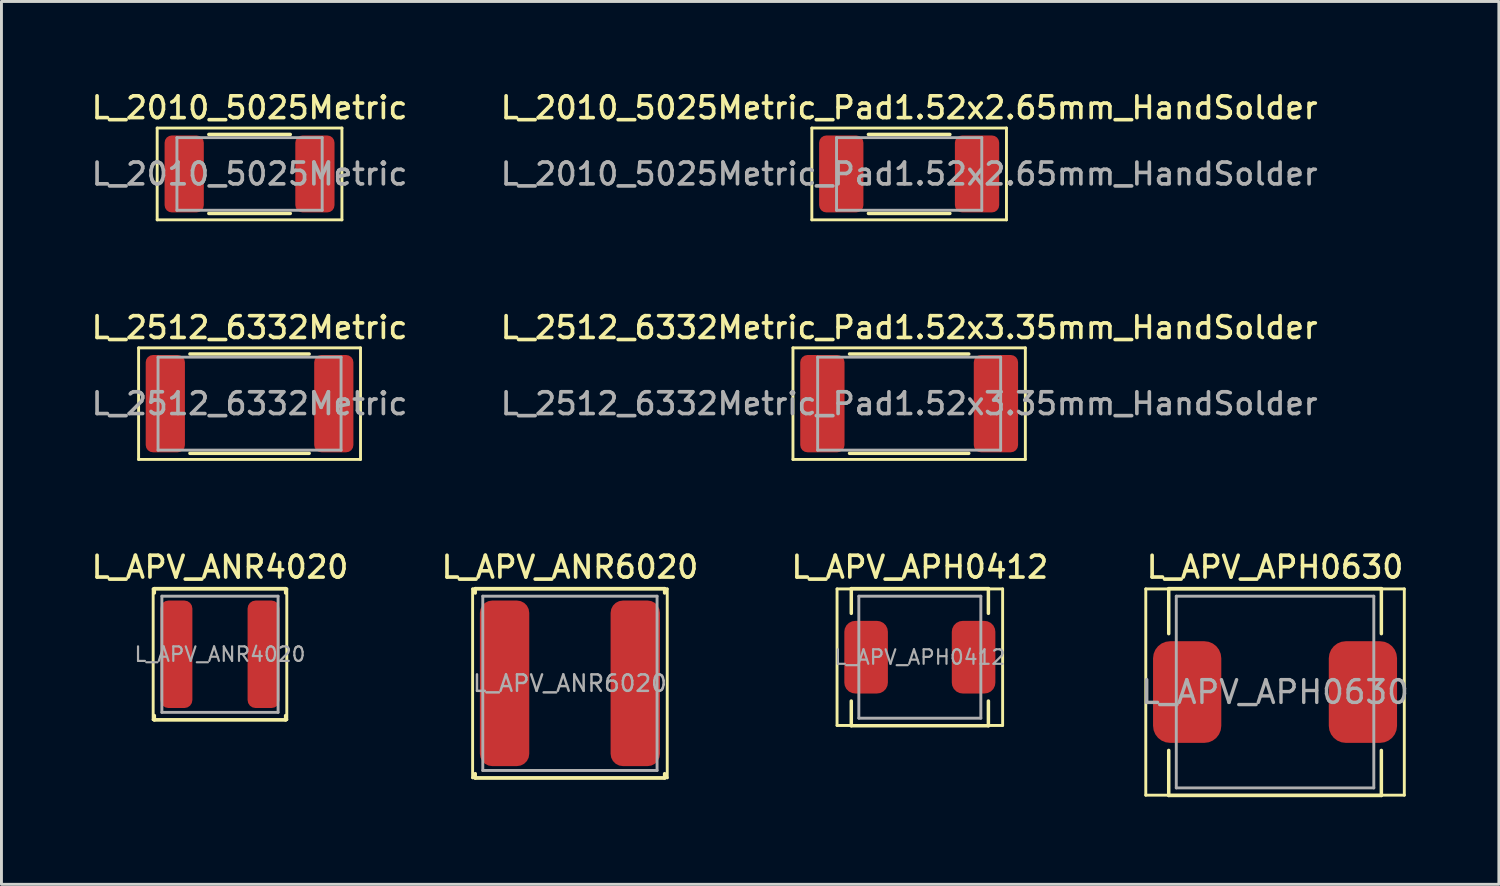
<source format=kicad_pcb>
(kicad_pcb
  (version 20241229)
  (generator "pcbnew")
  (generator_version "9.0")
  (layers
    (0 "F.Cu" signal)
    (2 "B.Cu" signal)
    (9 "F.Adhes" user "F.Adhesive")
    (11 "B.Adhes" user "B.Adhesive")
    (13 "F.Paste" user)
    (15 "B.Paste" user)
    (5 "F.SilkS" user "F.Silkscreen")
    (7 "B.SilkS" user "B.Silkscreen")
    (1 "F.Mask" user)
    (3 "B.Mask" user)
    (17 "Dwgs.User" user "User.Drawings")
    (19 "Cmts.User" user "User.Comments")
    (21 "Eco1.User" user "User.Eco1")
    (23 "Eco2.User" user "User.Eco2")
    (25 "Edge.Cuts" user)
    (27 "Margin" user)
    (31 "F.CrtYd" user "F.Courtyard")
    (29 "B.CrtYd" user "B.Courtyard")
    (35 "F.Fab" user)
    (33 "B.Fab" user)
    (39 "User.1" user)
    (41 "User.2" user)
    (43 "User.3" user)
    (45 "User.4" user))
  (footprint "L_2010_5025Metric"
    (layer "F.Cu")
    (at 5.541 2.938)
    (property "Reference" "L_2010_5025Metric" (at 0 -2.28 0) (layer "F.SilkS") (effects (font (size 0.75 0.75) (thickness 0.125))))
    (attr smd)
    (fp_line (start -3.18 -1.58) (end 3.18 -1.58) (stroke (width 0.1) (type solid)) (layer "F.SilkS"))
    (fp_line (start -3.18 1.58) (end -3.18 -1.58) (stroke (width 0.1) (type solid)) (layer "F.SilkS"))
    (fp_line (start -1.402 -1.36) (end 1.402 -1.36) (stroke (width 0.12) (type solid)) (layer "F.SilkS"))
    (fp_line (start -1.402 1.36) (end 1.402 1.36) (stroke (width 0.12) (type solid)) (layer "F.SilkS"))
    (fp_line (start 3.18 -1.58) (end 3.18 1.58) (stroke (width 0.1) (type solid)) (layer "F.SilkS"))
    (fp_line (start 3.18 1.58) (end -3.18 1.58) (stroke (width 0.1) (type solid)) (layer "F.SilkS"))
    (fp_line (start -2.5 -1.25) (end 2.5 -1.25) (stroke (width 0.1) (type solid)) (layer "F.Fab"))
    (fp_line (start -2.5 1.25) (end -2.5 -1.25) (stroke (width 0.1) (type solid)) (layer "F.Fab"))
    (fp_line (start 2.5 -1.25) (end 2.5 1.25) (stroke (width 0.1) (type solid)) (layer "F.Fab"))
    (fp_line (start 2.5 1.25) (end -2.5 1.25) (stroke (width 0.1) (type solid)) (layer "F.Fab"))
    (fp_text user "${REFERENCE}" (at 0 0 0) (layer "F.Fab") (effects (font (size 0.75 0.75) (thickness 0.125))))
    (pad "1" smd roundrect (at -2.25 0) (size 1.35 2.65) (layers "F.Cu" "F.Mask" "F.Paste") (roundrect_rratio 0.185))
    (pad "2" smd roundrect (at 2.25 0) (size 1.35 2.65) (layers "F.Cu" "F.Mask" "F.Paste") (roundrect_rratio 0.185)))
  (footprint "L_APV_ANR4020"
    (layer "F.Cu")
    (at 4.523 19.474)
    (property "Reference" "L_APV_ANR4020" (at 0 -3 0) (layer "F.SilkS") (effects (font (size 0.75 0.75) (thickness 0.125))))
    (attr smd)
    (fp_line (start -2.3 -2.25) (end -2.3 2.25) (stroke (width 0.1) (type solid)) (layer "F.SilkS"))
    (fp_line (start -2.3 2.25) (end 2.3 2.25) (stroke (width 0.1) (type solid)) (layer "F.SilkS"))
    (fp_line (start -2.26 -2.26) (end -2.26 -2.11) (stroke (width 0.12) (type solid)) (layer "F.SilkS"))
    (fp_line (start -2.26 -2.26) (end 2.26 -2.26) (stroke (width 0.12) (type solid)) (layer "F.SilkS"))
    (fp_line (start -2.26 2.26) (end -2.26 2.11) (stroke (width 0.12) (type solid)) (layer "F.SilkS"))
    (fp_line (start -2.26 2.26) (end 2.26 2.26) (stroke (width 0.12) (type solid)) (layer "F.SilkS"))
    (fp_line (start 2.26 -2.26) (end 2.26 -2.11) (stroke (width 0.12) (type solid)) (layer "F.SilkS"))
    (fp_line (start 2.26 2.26) (end 2.26 2.11) (stroke (width 0.12) (type solid)) (layer "F.SilkS"))
    (fp_line (start 2.3 -2.25) (end -2.3 -2.25) (stroke (width 0.1) (type solid)) (layer "F.SilkS"))
    (fp_line (start 2.3 2.25) (end 2.3 -2.25) (stroke (width 0.1) (type solid)) (layer "F.SilkS"))
    (fp_line (start -2 -2) (end -2 2) (stroke (width 0.1) (type solid)) (layer "F.Fab"))
    (fp_line (start -2 2) (end 2 2) (stroke (width 0.1) (type solid)) (layer "F.Fab"))
    (fp_line (start 2 -2) (end -2 -2) (stroke (width 0.1) (type solid)) (layer "F.Fab"))
    (fp_line (start 2 2) (end 2 -2) (stroke (width 0.1) (type solid)) (layer "F.Fab"))
    (fp_text user "${REFERENCE}" (at 0 0 0) (layer "F.Fab") (effects (font (size 0.5 0.5) (thickness 0.075))))
    (pad "1" smd roundrect (at -1.5 0) (size 1.1 3.7) (layers "F.Cu" "F.Mask" "F.Paste") (roundrect_rratio 0.25))
    (pad "2" smd roundrect (at 1.5 0) (size 1.1 3.7) (layers "F.Cu" "F.Mask" "F.Paste") (roundrect_rratio 0.25)))
  (footprint "L_APV_ANR6020"
    (layer "F.Cu")
    (at 16.57 20.474)
    (property "Reference" "L_APV_ANR6020" (at 0 -4 0) (layer "F.SilkS") (effects (font (size 0.75 0.75) (thickness 0.125))))
    (attr smd)
    (fp_line (start -3.35 -3.25) (end -3.35 3.25) (stroke (width 0.1) (type solid)) (layer "F.SilkS"))
    (fp_line (start -3.35 3.25) (end 3.35 3.25) (stroke (width 0.1) (type solid)) (layer "F.SilkS"))
    (fp_line (start -3.26 -3.26) (end -3.26 -3.11) (stroke (width 0.12) (type solid)) (layer "F.SilkS"))
    (fp_line (start -3.26 -3.26) (end 3.26 -3.26) (stroke (width 0.12) (type solid)) (layer "F.SilkS"))
    (fp_line (start -3.26 3.26) (end -3.26 3.11) (stroke (width 0.12) (type solid)) (layer "F.SilkS"))
    (fp_line (start -3.26 3.26) (end 3.26 3.26) (stroke (width 0.12) (type solid)) (layer "F.SilkS"))
    (fp_line (start 3.26 -3.26) (end 3.26 -3.11) (stroke (width 0.12) (type solid)) (layer "F.SilkS"))
    (fp_line (start 3.26 3.26) (end 3.26 3.11) (stroke (width 0.12) (type solid)) (layer "F.SilkS"))
    (fp_line (start 3.35 -3.25) (end -3.35 -3.25) (stroke (width 0.1) (type solid)) (layer "F.SilkS"))
    (fp_line (start 3.35 3.25) (end 3.35 -3.25) (stroke (width 0.1) (type solid)) (layer "F.SilkS"))
    (fp_line (start -3 -3) (end -3 3) (stroke (width 0.1) (type solid)) (layer "F.Fab"))
    (fp_line (start -3 3) (end 3 3) (stroke (width 0.1) (type solid)) (layer "F.Fab"))
    (fp_line (start 3 -3) (end -3 -3) (stroke (width 0.1) (type solid)) (layer "F.Fab"))
    (fp_line (start 3 3) (end 3 -3) (stroke (width 0.1) (type solid)) (layer "F.Fab"))
    (fp_text user "${REFERENCE}" (at 0 0 0) (layer "F.Fab") (effects (font (size 0.567 0.567) (thickness 0.085))))
    (pad "1" smd roundrect (at -2.25 0) (size 1.7 5.7) (layers "F.Cu" "F.Mask" "F.Paste") (roundrect_rratio 0.25))
    (pad "2" smd roundrect (at 2.25 0) (size 1.7 5.7) (layers "F.Cu" "F.Mask" "F.Paste") (roundrect_rratio 0.25)))
  (footprint "L_2512_6332Metric"
    (layer "F.Cu")
    (at 5.541 10.846)
    (property "Reference" "L_2512_6332Metric" (at 0 -2.62 0) (layer "F.SilkS") (effects (font (size 0.75 0.75) (thickness 0.125))))
    (attr smd)
    (fp_line (start -3.82 -1.92) (end 3.82 -1.92) (stroke (width 0.1) (type solid)) (layer "F.SilkS"))
    (fp_line (start -3.82 1.92) (end -3.82 -1.92) (stroke (width 0.1) (type solid)) (layer "F.SilkS"))
    (fp_line (start -2.052 -1.71) (end 2.052 -1.71) (stroke (width 0.12) (type solid)) (layer "F.SilkS"))
    (fp_line (start -2.052 1.71) (end 2.052 1.71) (stroke (width 0.12) (type solid)) (layer "F.SilkS"))
    (fp_line (start 3.82 -1.92) (end 3.82 1.92) (stroke (width 0.1) (type solid)) (layer "F.SilkS"))
    (fp_line (start 3.82 1.92) (end -3.82 1.92) (stroke (width 0.1) (type solid)) (layer "F.SilkS"))
    (fp_line (start -3.15 -1.6) (end 3.15 -1.6) (stroke (width 0.1) (type solid)) (layer "F.Fab"))
    (fp_line (start -3.15 1.6) (end -3.15 -1.6) (stroke (width 0.1) (type solid)) (layer "F.Fab"))
    (fp_line (start 3.15 -1.6) (end 3.15 1.6) (stroke (width 0.1) (type solid)) (layer "F.Fab"))
    (fp_line (start 3.15 1.6) (end -3.15 1.6) (stroke (width 0.1) (type solid)) (layer "F.Fab"))
    (fp_text user "${REFERENCE}" (at 0 0 0) (layer "F.Fab") (effects (font (size 0.75 0.75) (thickness 0.125))))
    (pad "1" smd roundrect (at -2.9 0) (size 1.35 3.35) (layers "F.Cu" "F.Mask" "F.Paste") (roundrect_rratio 0.185))
    (pad "2" smd roundrect (at 2.9 0) (size 1.35 3.35) (layers "F.Cu" "F.Mask" "F.Paste") (roundrect_rratio 0.185)))
  (footprint "L_2512_6332Metric_Pad1.52x3.35mm_HandSolder"
    (layer "F.Cu")
    (at 28.248 10.846)
    (property "Reference" "L_2512_6332Metric_Pad1.52x3.35mm_HandSolder" (at 0 -2.62 0) (layer "F.SilkS") (effects (font (size 0.75 0.75) (thickness 0.125))))
    (attr smd)
    (fp_line (start -4 -1.92) (end 4 -1.92) (stroke (width 0.1) (type solid)) (layer "F.SilkS"))
    (fp_line (start -4 1.92) (end -4 -1.92) (stroke (width 0.1) (type solid)) (layer "F.SilkS"))
    (fp_line (start -2.052 -1.71) (end 2.052 -1.71) (stroke (width 0.12) (type solid)) (layer "F.SilkS"))
    (fp_line (start -2.052 1.71) (end 2.052 1.71) (stroke (width 0.12) (type solid)) (layer "F.SilkS"))
    (fp_line (start 4 -1.92) (end 4 1.92) (stroke (width 0.1) (type solid)) (layer "F.SilkS"))
    (fp_line (start 4 1.92) (end -4 1.92) (stroke (width 0.1) (type solid)) (layer "F.SilkS"))
    (fp_line (start -3.15 -1.6) (end 3.15 -1.6) (stroke (width 0.1) (type solid)) (layer "F.Fab"))
    (fp_line (start -3.15 1.6) (end -3.15 -1.6) (stroke (width 0.1) (type solid)) (layer "F.Fab"))
    (fp_line (start 3.15 -1.6) (end 3.15 1.6) (stroke (width 0.1) (type solid)) (layer "F.Fab"))
    (fp_line (start 3.15 1.6) (end -3.15 1.6) (stroke (width 0.1) (type solid)) (layer "F.Fab"))
    (fp_text user "${REFERENCE}" (at 0 0 0) (layer "F.Fab") (effects (font (size 0.75 0.75) (thickness 0.125))))
    (pad "1" smd roundrect (at -2.987 0) (size 1.525 3.35) (layers "F.Cu" "F.Mask" "F.Paste") (roundrect_rratio 0.164))
    (pad "2" smd roundrect (at 2.987 0) (size 1.525 3.35) (layers "F.Cu" "F.Mask" "F.Paste") (roundrect_rratio 0.164)))
  (footprint "L_APV_APH0630"
    (layer "F.Cu")
    (at 40.844 20.774)
    (property "Reference" "L_APV_APH0630" (at 0 -4.3 0) (layer "F.SilkS") (effects (font (size 0.75 0.75) (thickness 0.125))))
    (attr smd)
    (fp_line (start -4.45 -3.55) (end -4.45 3.55) (stroke (width 0.1) (type solid)) (layer "F.SilkS"))
    (fp_line (start -4.45 3.55) (end 4.45 3.55) (stroke (width 0.1) (type solid)) (layer "F.SilkS"))
    (fp_line (start -3.66 -3.56) (end -3.66 -2.01) (stroke (width 0.12) (type solid)) (layer "F.SilkS"))
    (fp_line (start -3.66 -3.56) (end 3.66 -3.56) (stroke (width 0.12) (type solid)) (layer "F.SilkS"))
    (fp_line (start -3.66 3.56) (end -3.66 2.01) (stroke (width 0.12) (type solid)) (layer "F.SilkS"))
    (fp_line (start -3.66 3.56) (end 3.66 3.56) (stroke (width 0.12) (type solid)) (layer "F.SilkS"))
    (fp_line (start 3.66 -3.56) (end 3.66 -2.01) (stroke (width 0.12) (type solid)) (layer "F.SilkS"))
    (fp_line (start 3.66 3.56) (end 3.66 2.01) (stroke (width 0.12) (type solid)) (layer "F.SilkS"))
    (fp_line (start 4.45 -3.55) (end -4.45 -3.55) (stroke (width 0.1) (type solid)) (layer "F.SilkS"))
    (fp_line (start 4.45 3.55) (end 4.45 -3.55) (stroke (width 0.1) (type solid)) (layer "F.SilkS"))
    (fp_line (start -3.4 -3.3) (end -3.4 3.3) (stroke (width 0.1) (type solid)) (layer "F.Fab"))
    (fp_line (start -3.4 3.3) (end 3.4 3.3) (stroke (width 0.1) (type solid)) (layer "F.Fab"))
    (fp_line (start 3.4 -3.3) (end -3.4 -3.3) (stroke (width 0.1) (type solid)) (layer "F.Fab"))
    (fp_line (start 3.4 3.3) (end 3.4 -3.3) (stroke (width 0.1) (type solid)) (layer "F.Fab"))
    (fp_text user "${REFERENCE}" (at 0 0 0) (layer "F.Fab") (effects (font (size 0.783 0.783) (thickness 0.117))))
    (pad "1" smd roundrect (at -3.025 0) (size 2.35 3.5) (layers "F.Cu" "F.Mask" "F.Paste") (roundrect_rratio 0.25))
    (pad "2" smd roundrect (at 3.025 0) (size 2.35 3.5) (layers "F.Cu" "F.Mask" "F.Paste") (roundrect_rratio 0.25)))
  (footprint "L_APV_APH0412"
    (layer "F.Cu")
    (at 28.616 19.574)
    (property "Reference" "L_APV_APH0412" (at 0 -3.1 0) (layer "F.SilkS") (effects (font (size 0.75 0.75) (thickness 0.125))))
    (attr smd)
    (fp_line (start -2.85 -2.35) (end -2.85 2.35) (stroke (width 0.1) (type solid)) (layer "F.SilkS"))
    (fp_line (start -2.85 2.35) (end 2.85 2.35) (stroke (width 0.1) (type solid)) (layer "F.SilkS"))
    (fp_line (start -2.36 -2.36) (end -2.36 -1.51) (stroke (width 0.12) (type solid)) (layer "F.SilkS"))
    (fp_line (start -2.36 -2.36) (end 2.36 -2.36) (stroke (width 0.12) (type solid)) (layer "F.SilkS"))
    (fp_line (start -2.36 2.36) (end -2.36 1.51) (stroke (width 0.12) (type solid)) (layer "F.SilkS"))
    (fp_line (start -2.36 2.36) (end 2.36 2.36) (stroke (width 0.12) (type solid)) (layer "F.SilkS"))
    (fp_line (start 2.36 -2.36) (end 2.36 -1.51) (stroke (width 0.12) (type solid)) (layer "F.SilkS"))
    (fp_line (start 2.36 2.36) (end 2.36 1.51) (stroke (width 0.12) (type solid)) (layer "F.SilkS"))
    (fp_line (start 2.85 -2.35) (end -2.85 -2.35) (stroke (width 0.1) (type solid)) (layer "F.SilkS"))
    (fp_line (start 2.85 2.35) (end 2.85 -2.35) (stroke (width 0.1) (type solid)) (layer "F.SilkS"))
    (fp_line (start -2.1 -2.1) (end -2.1 2.1) (stroke (width 0.1) (type solid)) (layer "F.Fab"))
    (fp_line (start -2.1 2.1) (end 2.1 2.1) (stroke (width 0.1) (type solid)) (layer "F.Fab"))
    (fp_line (start 2.1 -2.1) (end -2.1 -2.1) (stroke (width 0.1) (type solid)) (layer "F.Fab"))
    (fp_line (start 2.1 2.1) (end 2.1 -2.1) (stroke (width 0.1) (type solid)) (layer "F.Fab"))
    (fp_text user "${REFERENCE}" (at 0 0 0) (layer "F.Fab") (effects (font (size 0.5 0.5) (thickness 0.075))))
    (pad "1" smd roundrect (at -1.85 0) (size 1.5 2.5) (layers "F.Cu" "F.Mask" "F.Paste") (roundrect_rratio 0.25))
    (pad "2" smd roundrect (at 1.85 0) (size 1.5 2.5) (layers "F.Cu" "F.Mask" "F.Paste") (roundrect_rratio 0.25)))
  (footprint "L_2010_5025Metric_Pad1.52x2.65mm_HandSolder"
    (layer "F.Cu")
    (at 28.248 2.938)
    (property "Reference" "L_2010_5025Metric_Pad1.52x2.65mm_HandSolder" (at 0 -2.28 0) (layer "F.SilkS") (effects (font (size 0.75 0.75) (thickness 0.125))))
    (attr smd)
    (fp_line (start -3.35 -1.58) (end 3.35 -1.58) (stroke (width 0.1) (type solid)) (layer "F.SilkS"))
    (fp_line (start -3.35 1.58) (end -3.35 -1.58) (stroke (width 0.1) (type solid)) (layer "F.SilkS"))
    (fp_line (start -1.402 -1.36) (end 1.402 -1.36) (stroke (width 0.12) (type solid)) (layer "F.SilkS"))
    (fp_line (start -1.402 1.36) (end 1.402 1.36) (stroke (width 0.12) (type solid)) (layer "F.SilkS"))
    (fp_line (start 3.35 -1.58) (end 3.35 1.58) (stroke (width 0.1) (type solid)) (layer "F.SilkS"))
    (fp_line (start 3.35 1.58) (end -3.35 1.58) (stroke (width 0.1) (type solid)) (layer "F.SilkS"))
    (fp_line (start -2.5 -1.25) (end 2.5 -1.25) (stroke (width 0.1) (type solid)) (layer "F.Fab"))
    (fp_line (start -2.5 1.25) (end -2.5 -1.25) (stroke (width 0.1) (type solid)) (layer "F.Fab"))
    (fp_line (start 2.5 -1.25) (end 2.5 1.25) (stroke (width 0.1) (type solid)) (layer "F.Fab"))
    (fp_line (start 2.5 1.25) (end -2.5 1.25) (stroke (width 0.1) (type solid)) (layer "F.Fab"))
    (fp_text user "${REFERENCE}" (at 0 0 0) (layer "F.Fab") (effects (font (size 0.75 0.75) (thickness 0.125))))
    (pad "1" smd roundrect (at -2.337 0) (size 1.525 2.65) (layers "F.Cu" "F.Mask" "F.Paste") (roundrect_rratio 0.164))
    (pad "2" smd roundrect (at 2.337 0) (size 1.525 2.65) (layers "F.Cu" "F.Mask" "F.Paste") (roundrect_rratio 0.164)))
  (gr_rect
    (start -3 -3)
    (end 48.549 27.394)
    (stroke (width 0.1) (type default))
    (fill no)
    (layer "Edge.Cuts")))
</source>
